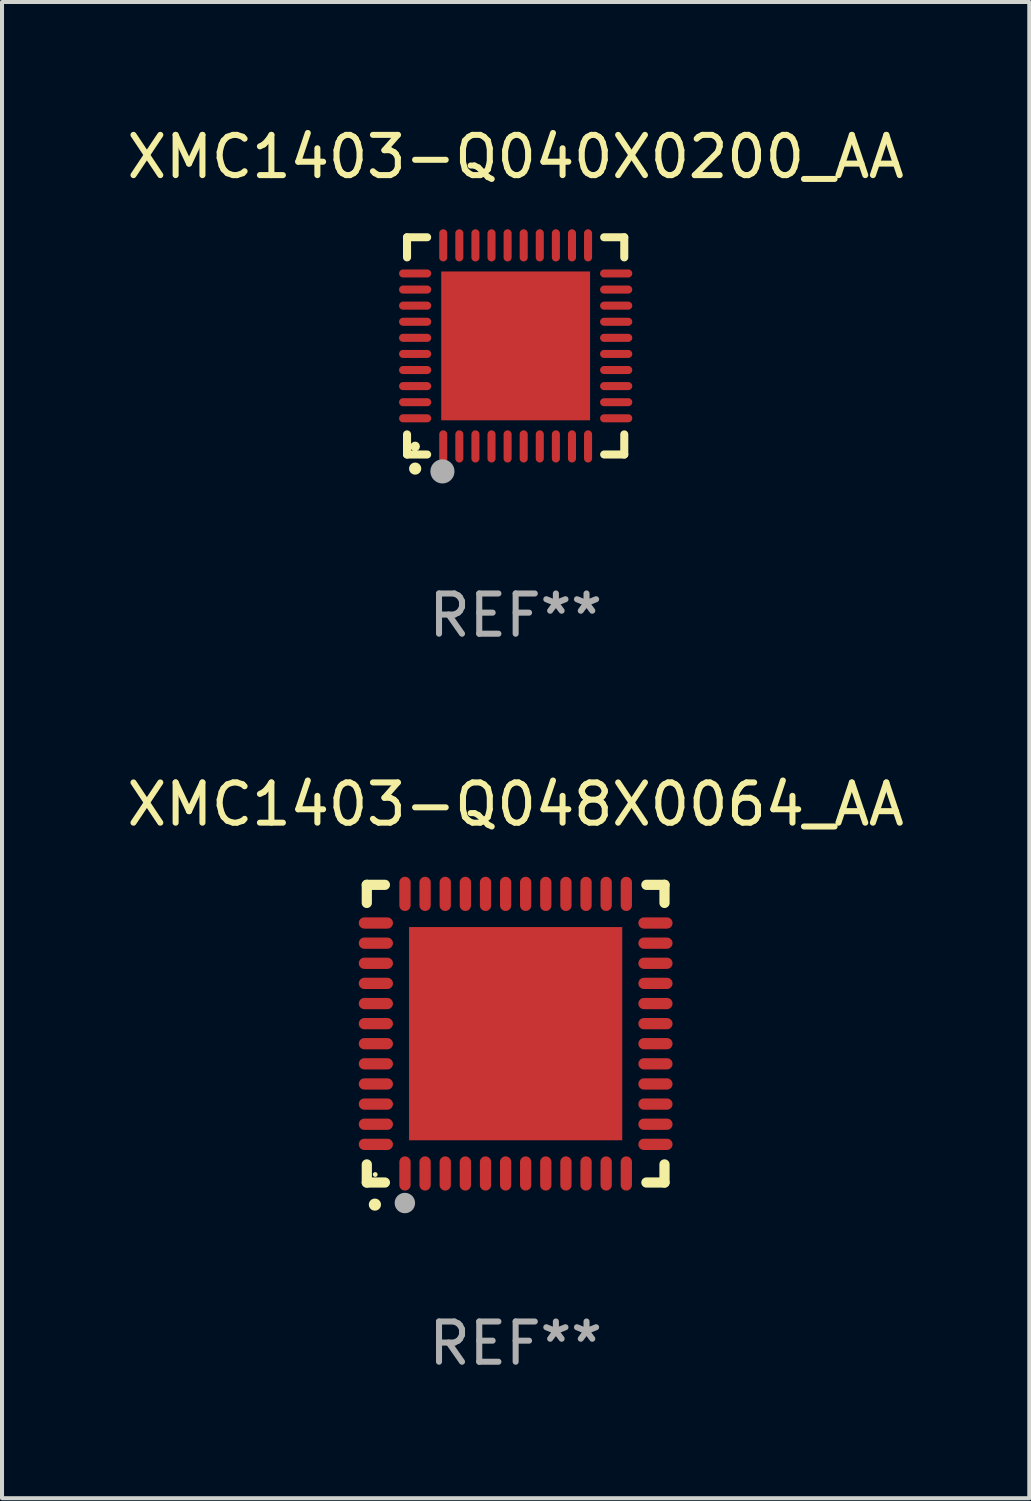
<source format=kicad_pcb>
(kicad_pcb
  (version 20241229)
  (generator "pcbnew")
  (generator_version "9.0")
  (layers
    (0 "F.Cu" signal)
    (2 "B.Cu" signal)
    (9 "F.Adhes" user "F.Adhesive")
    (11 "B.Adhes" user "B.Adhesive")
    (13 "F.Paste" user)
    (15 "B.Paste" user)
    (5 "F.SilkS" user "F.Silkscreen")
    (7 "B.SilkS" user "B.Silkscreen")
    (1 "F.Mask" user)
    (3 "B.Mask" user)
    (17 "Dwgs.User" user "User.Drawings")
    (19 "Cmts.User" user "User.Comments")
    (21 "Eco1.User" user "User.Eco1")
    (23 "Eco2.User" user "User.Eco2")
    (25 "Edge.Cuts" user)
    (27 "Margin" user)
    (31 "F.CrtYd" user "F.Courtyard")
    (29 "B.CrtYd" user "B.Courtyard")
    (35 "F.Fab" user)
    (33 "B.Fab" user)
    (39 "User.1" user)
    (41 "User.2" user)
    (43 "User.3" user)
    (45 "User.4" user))
  (footprint "XMC1403-Q048X0064_AA"
    (layer "F.Cu")
    (at 9.768 22.645)
    (property "Reference" "XMC1403-Q048X0064_AA" (at 0 -5.7 0) (layer "F.SilkS") (effects (font (size 1 1) (thickness 0.15))))
    (attr through_hole)
    (fp_line (start -3.7 -3.7) (end -3.25 -3.7) (stroke (width 0.254) (type solid)) (layer "F.SilkS"))
    (fp_line (start -3.7 -3.25) (end -3.7 -3.7) (stroke (width 0.254) (type solid)) (layer "F.SilkS"))
    (fp_line (start -3.7 3.7) (end -3.7 3.25) (stroke (width 0.254) (type solid)) (layer "F.SilkS"))
    (fp_line (start -3.25 3.7) (end -3.7 3.7) (stroke (width 0.254) (type solid)) (layer "F.SilkS"))
    (fp_line (start 3.25 3.7) (end 3.7 3.7) (stroke (width 0.254) (type solid)) (layer "F.SilkS"))
    (fp_line (start 3.7 -3.7) (end 3.25 -3.7) (stroke (width 0.254) (type solid)) (layer "F.SilkS"))
    (fp_line (start 3.7 -3.25) (end 3.7 -3.7) (stroke (width 0.254) (type solid)) (layer "F.SilkS"))
    (fp_line (start 3.7 3.7) (end 3.7 3.25) (stroke (width 0.254) (type solid)) (layer "F.SilkS"))
    (fp_arc (start -3.500127 4.249428) (mid -3.498857 4.249423) (end -3.497587 4.249428) (stroke (width 0.3) (type solid)) (layer "F.SilkS"))
    (fp_circle (center -3.491 3.501) (end -3.461 3.501) (stroke (width 0.06) (type solid)) (fill no) (layer "F.SilkS"))
    (fp_circle (center -2.754 4.21) (end -2.627 4.21) (stroke (width 0.254) (type solid)) (fill no) (layer "F.Fab"))
    (fp_text user "REF**" (at 0 7.7 0) (layer "F.Fab") (effects (font (size 1 1) (thickness 0.15))))
    (pad "1" smd oval (at -2.751 3.475) (size 0.28 0.85) (layers "F.Cu" "F.Mask" "F.Paste"))
    (pad "2" smd oval (at -2.251 3.475) (size 0.28 0.85) (layers "F.Cu" "F.Mask" "F.Paste"))
    (pad "3" smd oval (at -1.75 3.475) (size 0.28 0.85) (layers "F.Cu" "F.Mask" "F.Paste"))
    (pad "4" smd oval (at -1.25 3.475) (size 0.28 0.85) (layers "F.Cu" "F.Mask" "F.Paste"))
    (pad "5" smd oval (at -0.749 3.475) (size 0.28 0.85) (layers "F.Cu" "F.Mask" "F.Paste"))
    (pad "6" smd oval (at -0.249 3.475) (size 0.28 0.85) (layers "F.Cu" "F.Mask" "F.Paste"))
    (pad "7" smd oval (at 0.249 3.475) (size 0.28 0.85) (layers "F.Cu" "F.Mask" "F.Paste"))
    (pad "8" smd oval (at 0.749 3.475) (size 0.28 0.85) (layers "F.Cu" "F.Mask" "F.Paste"))
    (pad "9" smd oval (at 1.25 3.475) (size 0.28 0.85) (layers "F.Cu" "F.Mask" "F.Paste"))
    (pad "10" smd oval (at 1.75 3.475) (size 0.28 0.85) (layers "F.Cu" "F.Mask" "F.Paste"))
    (pad "11" smd oval (at 2.25 3.475) (size 0.28 0.85) (layers "F.Cu" "F.Mask" "F.Paste"))
    (pad "12" smd oval (at 2.751 3.475) (size 0.28 0.85) (layers "F.Cu" "F.Mask" "F.Paste"))
    (pad "13" smd oval (at 3.475 2.751) (size 0.85 0.28) (layers "F.Cu" "F.Mask" "F.Paste"))
    (pad "14" smd oval (at 3.475 2.251) (size 0.85 0.28) (layers "F.Cu" "F.Mask" "F.Paste"))
    (pad "15" smd oval (at 3.475 1.75) (size 0.85 0.28) (layers "F.Cu" "F.Mask" "F.Paste"))
    (pad "16" smd oval (at 3.475 1.25) (size 0.85 0.28) (layers "F.Cu" "F.Mask" "F.Paste"))
    (pad "17" smd oval (at 3.475 0.749) (size 0.85 0.28) (layers "F.Cu" "F.Mask" "F.Paste"))
    (pad "18" smd oval (at 3.475 0.249) (size 0.85 0.28) (layers "F.Cu" "F.Mask" "F.Paste"))
    (pad "19" smd oval (at 3.475 -0.249) (size 0.85 0.28) (layers "F.Cu" "F.Mask" "F.Paste"))
    (pad "20" smd oval (at 3.475 -0.749) (size 0.85 0.28) (layers "F.Cu" "F.Mask" "F.Paste"))
    (pad "21" smd oval (at 3.475 -1.25) (size 0.85 0.28) (layers "F.Cu" "F.Mask" "F.Paste"))
    (pad "22" smd oval (at 3.475 -1.75) (size 0.85 0.28) (layers "F.Cu" "F.Mask" "F.Paste"))
    (pad "23" smd oval (at 3.475 -2.25) (size 0.85 0.28) (layers "F.Cu" "F.Mask" "F.Paste"))
    (pad "24" smd oval (at 3.475 -2.751) (size 0.85 0.28) (layers "F.Cu" "F.Mask" "F.Paste"))
    (pad "25" smd oval (at 2.751 -3.475) (size 0.28 0.85) (layers "F.Cu" "F.Mask" "F.Paste"))
    (pad "26" smd oval (at 2.25 -3.475) (size 0.28 0.85) (layers "F.Cu" "F.Mask" "F.Paste"))
    (pad "27" smd oval (at 1.75 -3.475) (size 0.28 0.85) (layers "F.Cu" "F.Mask" "F.Paste"))
    (pad "28" smd oval (at 1.25 -3.475) (size 0.28 0.85) (layers "F.Cu" "F.Mask" "F.Paste"))
    (pad "29" smd oval (at 0.749 -3.475) (size 0.28 0.85) (layers "F.Cu" "F.Mask" "F.Paste"))
    (pad "30" smd oval (at 0.249 -3.475) (size 0.28 0.85) (layers "F.Cu" "F.Mask" "F.Paste"))
    (pad "31" smd oval (at -0.249 -3.475) (size 0.28 0.85) (layers "F.Cu" "F.Mask" "F.Paste"))
    (pad "32" smd oval (at -0.749 -3.475) (size 0.28 0.85) (layers "F.Cu" "F.Mask" "F.Paste"))
    (pad "33" smd oval (at -1.25 -3.475) (size 0.28 0.85) (layers "F.Cu" "F.Mask" "F.Paste"))
    (pad "34" smd oval (at -1.75 -3.475) (size 0.28 0.85) (layers "F.Cu" "F.Mask" "F.Paste"))
    (pad "35" smd oval (at -2.251 -3.475) (size 0.28 0.85) (layers "F.Cu" "F.Mask" "F.Paste"))
    (pad "36" smd oval (at -2.751 -3.475) (size 0.28 0.85) (layers "F.Cu" "F.Mask" "F.Paste"))
    (pad "37" smd oval (at -3.475 -2.751) (size 0.85 0.28) (layers "F.Cu" "F.Mask" "F.Paste"))
    (pad "38" smd oval (at -3.475 -2.25) (size 0.85 0.28) (layers "F.Cu" "F.Mask" "F.Paste"))
    (pad "39" smd oval (at -3.475 -1.75) (size 0.85 0.28) (layers "F.Cu" "F.Mask" "F.Paste"))
    (pad "40" smd oval (at -3.475 -1.25) (size 0.85 0.28) (layers "F.Cu" "F.Mask" "F.Paste"))
    (pad "41" smd oval (at -3.475 -0.749) (size 0.85 0.28) (layers "F.Cu" "F.Mask" "F.Paste"))
    (pad "42" smd oval (at -3.475 -0.249) (size 0.85 0.28) (layers "F.Cu" "F.Mask" "F.Paste"))
    (pad "43" smd oval (at -3.475 0.249) (size 0.85 0.28) (layers "F.Cu" "F.Mask" "F.Paste"))
    (pad "44" smd oval (at -3.475 0.749) (size 0.85 0.28) (layers "F.Cu" "F.Mask" "F.Paste"))
    (pad "45" smd oval (at -3.475 1.25) (size 0.85 0.28) (layers "F.Cu" "F.Mask" "F.Paste"))
    (pad "46" smd oval (at -3.475 1.75) (size 0.85 0.28) (layers "F.Cu" "F.Mask" "F.Paste"))
    (pad "47" smd oval (at -3.475 2.251) (size 0.85 0.28) (layers "F.Cu" "F.Mask" "F.Paste"))
    (pad "48" smd oval (at -3.475 2.751) (size 0.85 0.28) (layers "F.Cu" "F.Mask" "F.Paste"))
    (pad "49" smd rect (at -0.000102 0.000102) (size 5.3 5.3) (layers "F.Cu" "F.Mask" "F.Paste")))
  (footprint "XMC1403-Q040X0200_AA"
    (layer "F.Cu")
    (at 9.768 5.548)
    (property "Reference" "XMC1403-Q040X0200_AA" (at 0 -4.7 0) (layer "F.SilkS") (effects (font (size 1 1) (thickness 0.15))))
    (attr through_hole)
    (fp_line (start -2.7 -2.7) (end -2.7 -2.2) (stroke (width 0.2) (type solid)) (layer "F.SilkS"))
    (fp_line (start -2.7 2.7) (end -2.7 2.2) (stroke (width 0.2) (type solid)) (layer "F.SilkS"))
    (fp_line (start -2.2 -2.7) (end -2.7 -2.7) (stroke (width 0.2) (type solid)) (layer "F.SilkS"))
    (fp_line (start -2.2 2.7) (end -2.7 2.7) (stroke (width 0.2) (type solid)) (layer "F.SilkS"))
    (fp_line (start 2.7 -2.7) (end 2.2 -2.7) (stroke (width 0.2) (type solid)) (layer "F.SilkS"))
    (fp_line (start 2.7 -2.2) (end 2.7 -2.7) (stroke (width 0.2) (type solid)) (layer "F.SilkS"))
    (fp_line (start 2.7 2.2) (end 2.7 2.7) (stroke (width 0.2) (type solid)) (layer "F.SilkS"))
    (fp_line (start 2.7 2.7) (end 2.2 2.7) (stroke (width 0.2) (type solid)) (layer "F.SilkS"))
    (fp_arc (start -2.499365 3.050546) (mid -2.498095 3.050541) (end -2.496825 3.050546) (stroke (width 0.3) (type solid)) (layer "F.SilkS"))
    (fp_circle (center -2.5 2.5) (end -2.44 2.5) (stroke (width 0.12) (type solid)) (fill no) (layer "F.SilkS"))
    (fp_circle (center -1.82 3.12) (end -1.67 3.12) (stroke (width 0.3) (type solid)) (fill no) (layer "F.Fab"))
    (fp_text user "REF**" (at 0 6.7 0) (layer "F.Fab") (effects (font (size 1 1) (thickness 0.15))))
    (pad "1" smd oval (at -1.8 2.499) (size 0.2 0.8) (layers "F.Cu" "F.Mask" "F.Paste"))
    (pad "2" smd oval (at -1.4 2.499) (size 0.2 0.8) (layers "F.Cu" "F.Mask" "F.Paste"))
    (pad "3" smd oval (at -1 2.499) (size 0.2 0.8) (layers "F.Cu" "F.Mask" "F.Paste"))
    (pad "4" smd oval (at -0.6 2.499) (size 0.2 0.8) (layers "F.Cu" "F.Mask" "F.Paste"))
    (pad "5" smd oval (at -0.2 2.499) (size 0.2 0.8) (layers "F.Cu" "F.Mask" "F.Paste"))
    (pad "6" smd oval (at 0.2 2.499) (size 0.2 0.8) (layers "F.Cu" "F.Mask" "F.Paste"))
    (pad "7" smd oval (at 0.6 2.499) (size 0.2 0.8) (layers "F.Cu" "F.Mask" "F.Paste"))
    (pad "8" smd oval (at 1 2.499) (size 0.2 0.8) (layers "F.Cu" "F.Mask" "F.Paste"))
    (pad "9" smd oval (at 1.4 2.499) (size 0.2 0.8) (layers "F.Cu" "F.Mask" "F.Paste"))
    (pad "10" smd oval (at 1.8 2.499) (size 0.2 0.8) (layers "F.Cu" "F.Mask" "F.Paste"))
    (pad "11" smd oval (at 2.499 1.8) (size 0.8 0.2) (layers "F.Cu" "F.Mask" "F.Paste"))
    (pad "12" smd oval (at 2.499 1.4) (size 0.8 0.2) (layers "F.Cu" "F.Mask" "F.Paste"))
    (pad "13" smd oval (at 2.499 1) (size 0.8 0.2) (layers "F.Cu" "F.Mask" "F.Paste"))
    (pad "14" smd oval (at 2.499 0.6) (size 0.8 0.2) (layers "F.Cu" "F.Mask" "F.Paste"))
    (pad "15" smd oval (at 2.499 0.2) (size 0.8 0.2) (layers "F.Cu" "F.Mask" "F.Paste"))
    (pad "16" smd oval (at 2.499 -0.2) (size 0.8 0.2) (layers "F.Cu" "F.Mask" "F.Paste"))
    (pad "17" smd oval (at 2.499 -0.6) (size 0.8 0.2) (layers "F.Cu" "F.Mask" "F.Paste"))
    (pad "18" smd oval (at 2.499 -1) (size 0.8 0.2) (layers "F.Cu" "F.Mask" "F.Paste"))
    (pad "19" smd oval (at 2.499 -1.4) (size 0.8 0.2) (layers "F.Cu" "F.Mask" "F.Paste"))
    (pad "20" smd oval (at 2.499 -1.8) (size 0.8 0.2) (layers "F.Cu" "F.Mask" "F.Paste"))
    (pad "21" smd oval (at 1.8 -2.499) (size 0.2 0.8) (layers "F.Cu" "F.Mask" "F.Paste"))
    (pad "22" smd oval (at 1.4 -2.499) (size 0.2 0.8) (layers "F.Cu" "F.Mask" "F.Paste"))
    (pad "23" smd oval (at 1 -2.499) (size 0.2 0.8) (layers "F.Cu" "F.Mask" "F.Paste"))
    (pad "24" smd oval (at 0.6 -2.499) (size 0.2 0.8) (layers "F.Cu" "F.Mask" "F.Paste"))
    (pad "25" smd oval (at 0.2 -2.499) (size 0.2 0.8) (layers "F.Cu" "F.Mask" "F.Paste"))
    (pad "26" smd oval (at -0.2 -2.499) (size 0.2 0.8) (layers "F.Cu" "F.Mask" "F.Paste"))
    (pad "27" smd oval (at -0.6 -2.499) (size 0.2 0.8) (layers "F.Cu" "F.Mask" "F.Paste"))
    (pad "28" smd oval (at -1 -2.499) (size 0.2 0.8) (layers "F.Cu" "F.Mask" "F.Paste"))
    (pad "29" smd oval (at -1.4 -2.499) (size 0.2 0.8) (layers "F.Cu" "F.Mask" "F.Paste"))
    (pad "30" smd oval (at -1.8 -2.499) (size 0.2 0.8) (layers "F.Cu" "F.Mask" "F.Paste"))
    (pad "31" smd oval (at -2.499 -1.8) (size 0.8 0.2) (layers "F.Cu" "F.Mask" "F.Paste"))
    (pad "32" smd oval (at -2.499 -1.4) (size 0.8 0.2) (layers "F.Cu" "F.Mask" "F.Paste"))
    (pad "33" smd oval (at -2.499 -1) (size 0.8 0.2) (layers "F.Cu" "F.Mask" "F.Paste"))
    (pad "34" smd oval (at -2.499 -0.6) (size 0.8 0.2) (layers "F.Cu" "F.Mask" "F.Paste"))
    (pad "35" smd oval (at -2.499 -0.2) (size 0.8 0.2) (layers "F.Cu" "F.Mask" "F.Paste"))
    (pad "36" smd oval (at -2.499 0.2) (size 0.8 0.2) (layers "F.Cu" "F.Mask" "F.Paste"))
    (pad "37" smd oval (at -2.499 0.6) (size 0.8 0.2) (layers "F.Cu" "F.Mask" "F.Paste"))
    (pad "38" smd oval (at -2.499 1) (size 0.8 0.2) (layers "F.Cu" "F.Mask" "F.Paste"))
    (pad "39" smd oval (at -2.499 1.4) (size 0.8 0.2) (layers "F.Cu" "F.Mask" "F.Paste"))
    (pad "40" smd oval (at -2.499 1.8) (size 0.8 0.2) (layers "F.Cu" "F.Mask" "F.Paste"))
    (pad "41" smd rect (at 0 0) (size 3.7 3.7) (layers "F.Cu" "F.Mask" "F.Paste")))
  (gr_rect
    (start -3 -3)
    (end 22.536 34.193)
    (stroke (width 0.1) (type default))
    (fill no)
    (layer "Edge.Cuts")))
</source>
